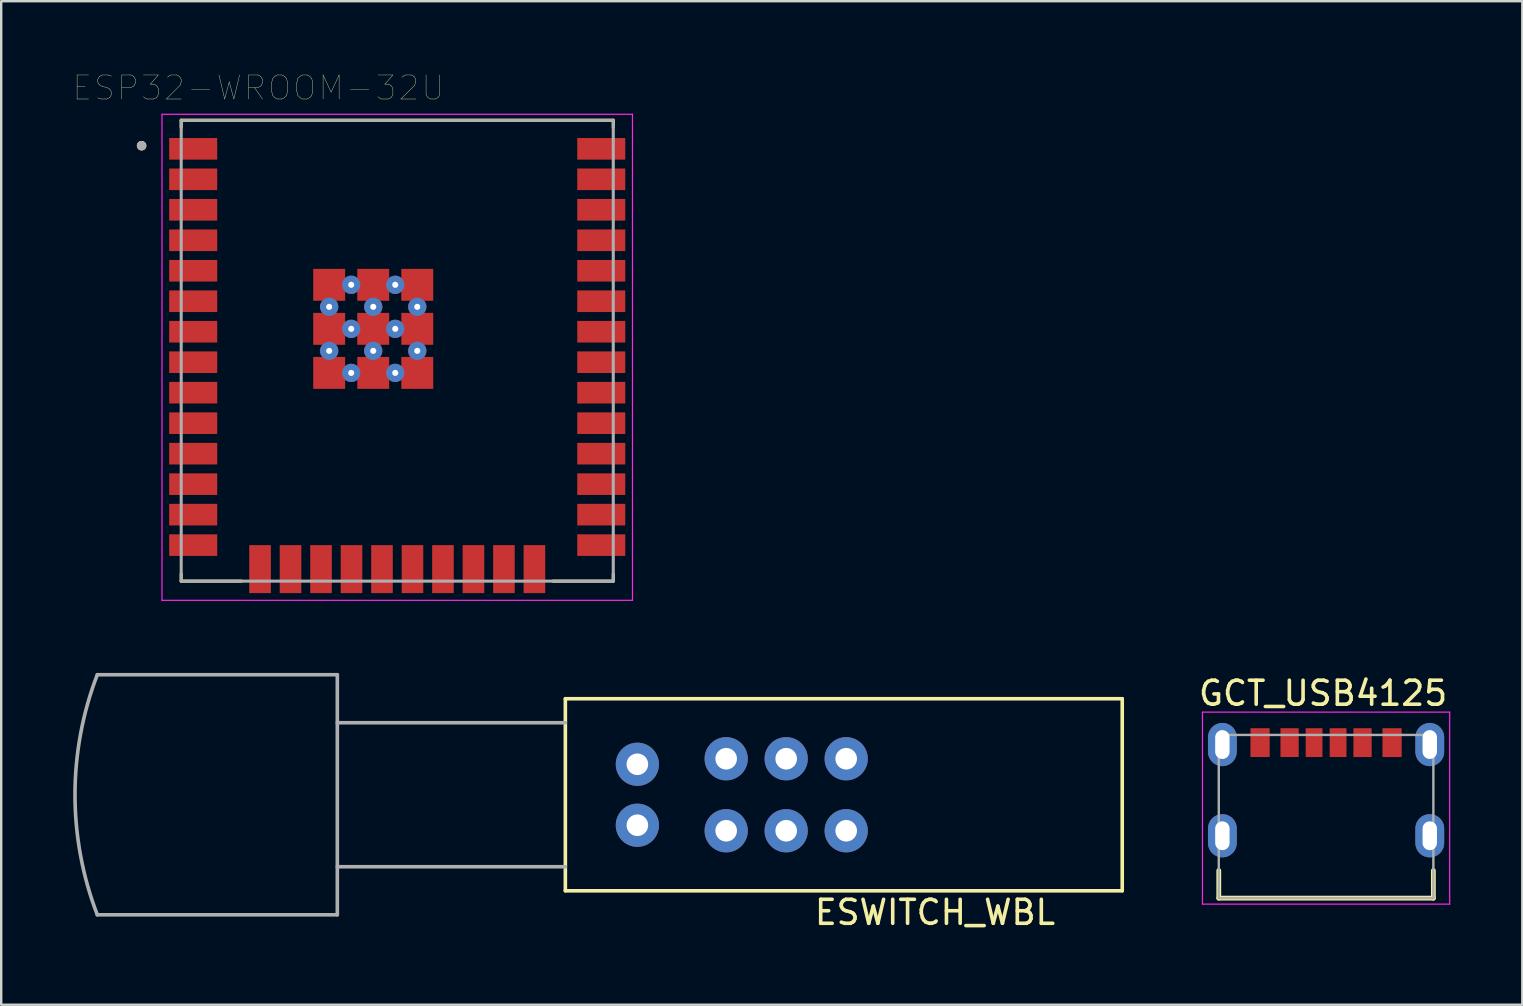
<source format=kicad_pcb>
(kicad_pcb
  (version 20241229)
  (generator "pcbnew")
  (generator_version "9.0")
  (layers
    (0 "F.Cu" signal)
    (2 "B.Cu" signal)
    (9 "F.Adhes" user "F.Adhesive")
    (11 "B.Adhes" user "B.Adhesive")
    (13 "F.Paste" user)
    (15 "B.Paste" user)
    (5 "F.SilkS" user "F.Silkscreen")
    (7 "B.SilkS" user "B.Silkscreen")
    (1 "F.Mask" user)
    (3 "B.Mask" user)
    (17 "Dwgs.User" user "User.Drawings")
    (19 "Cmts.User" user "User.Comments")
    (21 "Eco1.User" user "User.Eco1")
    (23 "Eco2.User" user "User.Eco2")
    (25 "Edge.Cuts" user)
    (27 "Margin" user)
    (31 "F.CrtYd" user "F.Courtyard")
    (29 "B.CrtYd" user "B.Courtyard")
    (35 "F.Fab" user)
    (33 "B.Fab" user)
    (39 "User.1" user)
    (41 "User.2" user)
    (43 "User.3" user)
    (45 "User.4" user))
  (footprint "GCT_USB4125"
    (layer "F.Cu")
    (at 52.195 30.968)
    (property "Reference" "GCT_USB4125" (at -0.125 -5.135 0) (layer "F.SilkS") (effects (font (size 1 1) (thickness 0.15))))
    (attr through_hole)
    (fp_line (start -4.47 2.25) (end -4.47 3.4) (stroke (width 0.2) (type solid)) (layer "F.SilkS"))
    (fp_line (start -4.47 3.4) (end 4.47 3.4) (stroke (width 0.2) (type solid)) (layer "F.SilkS"))
    (fp_line (start 4.47 3.4) (end 4.47 2.25) (stroke (width 0.2) (type solid)) (layer "F.SilkS"))
    (fp_line (start -5.15 -4.35) (end 5.15 -4.35) (stroke (width 0.05) (type solid)) (layer "F.CrtYd"))
    (fp_line (start -5.15 3.65) (end -5.15 -4.35) (stroke (width 0.05) (type solid)) (layer "F.CrtYd"))
    (fp_line (start 5.15 -4.35) (end 5.15 3.65) (stroke (width 0.05) (type solid)) (layer "F.CrtYd"))
    (fp_line (start 5.15 3.65) (end -5.15 3.65) (stroke (width 0.05) (type solid)) (layer "F.CrtYd"))
    (fp_line (start -4.47 -3.4) (end 4.47 -3.4) (stroke (width 0.1) (type solid)) (layer "F.Fab"))
    (fp_line (start -4.47 3.4) (end -4.47 -3.4) (stroke (width 0.1) (type solid)) (layer "F.Fab"))
    (fp_line (start 4.47 -3.4) (end 4.47 3.4) (stroke (width 0.1) (type solid)) (layer "F.Fab"))
    (fp_line (start 4.47 3.4) (end -4.47 3.4) (stroke (width 0.1) (type solid)) (layer "F.Fab"))
    (pad "A5" smd rect (at -0.5 -3.08) (size 0.7 1.2) (layers "F.Cu" "F.Mask" "F.Paste"))
    (pad "A9" smd rect (at 1.52 -3.08) (size 0.76 1.2) (layers "F.Cu" "F.Mask" "F.Paste"))
    (pad "A12" smd rect (at 2.75 -3.08) (size 0.8 1.2) (layers "F.Cu" "F.Mask" "F.Paste"))
    (pad "B5" smd rect (at 0.5 -3.08) (size 0.7 1.2) (layers "F.Cu" "F.Mask" "F.Paste"))
    (pad "B9" smd rect (at -1.52 -3.08) (size 0.76 1.2) (layers "F.Cu" "F.Mask" "F.Paste"))
    (pad "B12" smd rect (at -2.75 -3.08) (size 0.8 1.2) (layers "F.Cu" "F.Mask" "F.Paste"))
    (pad "S1" thru_hole oval (at -4.32 -3) (size 1.2 1.8) (drill oval 0.6 1.2) (layers "*.Cu" "*.Mask"))
    (pad "S2" thru_hole oval (at 4.32 -3) (size 1.2 1.8) (drill oval 0.6 1.2) (layers "*.Cu" "*.Mask"))
    (pad "S3" thru_hole oval (at -4.32 0.8) (size 1.2 1.8) (drill oval 0.6 1.2) (layers "*.Cu" "*.Mask"))
    (pad "S4" thru_hole oval (at 4.32 0.8) (size 1.2 1.8) (drill oval 0.6 1.2) (layers "*.Cu" "*.Mask")))
  (footprint "ESP32-WROOM-32U"
    (layer "F.Cu")
    (at 13.499 11.56)
    (property "Reference" "ESP32-WROOM-32U" (at -5.782 -10.948 0) (layer "F.SilkS") (effects (font (size 1.001 1.001) (thickness 0.015))))
    (attr through_hole)
    (fp_line (start -9 -9.6) (end 9 -9.6) (stroke (width 0.127) (type solid)) (layer "F.SilkS"))
    (fp_line (start -9 -9.3) (end -9 -9.6) (stroke (width 0.127) (type solid)) (layer "F.SilkS"))
    (fp_line (start -9 9.3) (end -9 9.6) (stroke (width 0.127) (type solid)) (layer "F.SilkS"))
    (fp_line (start -9 9.6) (end -6.49 9.6) (stroke (width 0.127) (type solid)) (layer "F.SilkS"))
    (fp_line (start 6.49 9.6) (end 9 9.6) (stroke (width 0.127) (type solid)) (layer "F.SilkS"))
    (fp_line (start 9 -9.6) (end 9 -9.3) (stroke (width 0.127) (type solid)) (layer "F.SilkS"))
    (fp_line (start 9 9.6) (end 9 9.3) (stroke (width 0.127) (type solid)) (layer "F.SilkS"))
    (fp_circle (center -10.65 -8.54) (end -10.55 -8.54) (stroke (width 0.2) (type solid)) (fill no) (layer "F.SilkS"))
    (fp_line (start -9.8 -9.85) (end 9.8 -9.85) (stroke (width 0.05) (type solid)) (layer "F.CrtYd"))
    (fp_line (start -9.8 10.4) (end -9.8 -9.85) (stroke (width 0.05) (type solid)) (layer "F.CrtYd"))
    (fp_line (start 9.8 -9.85) (end 9.8 10.4) (stroke (width 0.05) (type solid)) (layer "F.CrtYd"))
    (fp_line (start 9.8 10.4) (end -9.8 10.4) (stroke (width 0.05) (type solid)) (layer "F.CrtYd"))
    (fp_line (start -9 -9.6) (end 9 -9.6) (stroke (width 0.127) (type solid)) (layer "F.Fab"))
    (fp_line (start -9 9.6) (end -9 -9.6) (stroke (width 0.127) (type solid)) (layer "F.Fab"))
    (fp_line (start 9 -9.6) (end 9 9.6) (stroke (width 0.127) (type solid)) (layer "F.Fab"))
    (fp_line (start 9 9.6) (end -9 9.6) (stroke (width 0.127) (type solid)) (layer "F.Fab"))
    (fp_circle (center -10.65 -8.54) (end -10.55 -8.54) (stroke (width 0.2) (type solid)) (fill no) (layer "F.Fab"))
    (pad "1" smd rect (at -8.5 -8.41) (size 2 0.9) (layers "F.Cu" "F.Mask" "F.Paste"))
    (pad "2" smd rect (at -8.5 -7.14) (size 2 0.9) (layers "F.Cu" "F.Mask" "F.Paste"))
    (pad "3" smd rect (at -8.5 -5.87) (size 2 0.9) (layers "F.Cu" "F.Mask" "F.Paste"))
    (pad "4" smd rect (at -8.5 -4.6) (size 2 0.9) (layers "F.Cu" "F.Mask" "F.Paste"))
    (pad "5" smd rect (at -8.5 -3.33) (size 2 0.9) (layers "F.Cu" "F.Mask" "F.Paste"))
    (pad "6" smd rect (at -8.5 -2.06) (size 2 0.9) (layers "F.Cu" "F.Mask" "F.Paste"))
    (pad "7" smd rect (at -8.5 -0.79) (size 2 0.9) (layers "F.Cu" "F.Mask" "F.Paste"))
    (pad "8" smd rect (at -8.5 0.48) (size 2 0.9) (layers "F.Cu" "F.Mask" "F.Paste"))
    (pad "9" smd rect (at -8.5 1.75) (size 2 0.9) (layers "F.Cu" "F.Mask" "F.Paste"))
    (pad "10" smd rect (at -8.5 3.02) (size 2 0.9) (layers "F.Cu" "F.Mask" "F.Paste"))
    (pad "11" smd rect (at -8.5 4.29) (size 2 0.9) (layers "F.Cu" "F.Mask" "F.Paste"))
    (pad "12" smd rect (at -8.5 5.56) (size 2 0.9) (layers "F.Cu" "F.Mask" "F.Paste"))
    (pad "13" smd rect (at -8.5 6.83) (size 2 0.9) (layers "F.Cu" "F.Mask" "F.Paste"))
    (pad "14" smd rect (at -8.5 8.1) (size 2 0.9) (layers "F.Cu" "F.Mask" "F.Paste"))
    (pad "15" smd rect (at -5.715 9.1) (size 0.9 2) (layers "F.Cu" "F.Mask" "F.Paste"))
    (pad "16" smd rect (at -4.445 9.1) (size 0.9 2) (layers "F.Cu" "F.Mask" "F.Paste"))
    (pad "17" smd rect (at -3.175 9.1) (size 0.9 2) (layers "F.Cu" "F.Mask" "F.Paste"))
    (pad "18" smd rect (at -1.905 9.1) (size 0.9 2) (layers "F.Cu" "F.Mask" "F.Paste"))
    (pad "19" smd rect (at -0.635 9.1) (size 0.9 2) (layers "F.Cu" "F.Mask" "F.Paste"))
    (pad "20" smd rect (at 0.635 9.1) (size 0.9 2) (layers "F.Cu" "F.Mask" "F.Paste"))
    (pad "21" smd rect (at 1.905 9.1) (size 0.9 2) (layers "F.Cu" "F.Mask" "F.Paste"))
    (pad "22" smd rect (at 3.175 9.1) (size 0.9 2) (layers "F.Cu" "F.Mask" "F.Paste"))
    (pad "23" smd rect (at 4.445 9.1) (size 0.9 2) (layers "F.Cu" "F.Mask" "F.Paste"))
    (pad "24" smd rect (at 5.715 9.1) (size 0.9 2) (layers "F.Cu" "F.Mask" "F.Paste"))
    (pad "25" smd rect (at 8.5 8.1) (size 2 0.9) (layers "F.Cu" "F.Mask" "F.Paste"))
    (pad "26" smd rect (at 8.5 6.83) (size 2 0.9) (layers "F.Cu" "F.Mask" "F.Paste"))
    (pad "27" smd rect (at 8.5 5.56) (size 2 0.9) (layers "F.Cu" "F.Mask" "F.Paste"))
    (pad "28" smd rect (at 8.5 4.29) (size 2 0.9) (layers "F.Cu" "F.Mask" "F.Paste"))
    (pad "29" smd rect (at 8.5 3.02) (size 2 0.9) (layers "F.Cu" "F.Mask" "F.Paste"))
    (pad "30" smd rect (at 8.5 1.75) (size 2 0.9) (layers "F.Cu" "F.Mask" "F.Paste"))
    (pad "31" smd rect (at 8.5 0.48) (size 2 0.9) (layers "F.Cu" "F.Mask" "F.Paste"))
    (pad "32" smd rect (at 8.5 -0.79) (size 2 0.9) (layers "F.Cu" "F.Mask" "F.Paste"))
    (pad "33" smd rect (at 8.5 -2.06) (size 2 0.9) (layers "F.Cu" "F.Mask" "F.Paste"))
    (pad "34" smd rect (at 8.5 -3.33) (size 2 0.9) (layers "F.Cu" "F.Mask" "F.Paste"))
    (pad "35" smd rect (at 8.5 -4.6) (size 2 0.9) (layers "F.Cu" "F.Mask" "F.Paste"))
    (pad "36" smd rect (at 8.5 -5.87) (size 2 0.9) (layers "F.Cu" "F.Mask" "F.Paste"))
    (pad "37" smd rect (at 8.5 -7.14) (size 2 0.9) (layers "F.Cu" "F.Mask" "F.Paste"))
    (pad "38" smd rect (at 8.5 -8.41) (size 2 0.9) (layers "F.Cu" "F.Mask" "F.Paste"))
    (pad "G.1" smd rect (at 0.835 -2.745) (size 1.33 1.33) (layers "F.Cu" "F.Mask" "F.Paste"))
    (pad "G.2" smd rect (at -1 -2.745) (size 1.33 1.33) (layers "F.Cu" "F.Mask" "F.Paste"))
    (pad "G.4" smd rect (at -2.835 -2.745) (size 1.33 1.33) (layers "F.Cu" "F.Mask" "F.Paste"))
    (pad "G.5" smd rect (at 0.835 -0.91) (size 1.33 1.33) (layers "F.Cu" "F.Mask" "F.Paste"))
    (pad "G.6" smd rect (at -1 -0.91) (size 1.33 1.33) (layers "F.Cu" "F.Mask" "F.Paste"))
    (pad "G.7" smd rect (at -2.835 -0.91) (size 1.33 1.33) (layers "F.Cu" "F.Mask" "F.Paste"))
    (pad "G.8" smd rect (at 0.835 0.925) (size 1.33 1.33) (layers "F.Cu" "F.Mask" "F.Paste"))
    (pad "G.9" smd rect (at -1 0.925) (size 1.33 1.33) (layers "F.Cu" "F.Mask" "F.Paste"))
    (pad "G.10" smd rect (at -2.835 0.925) (size 1.33 1.33) (layers "F.Cu" "F.Mask" "F.Paste"))
    (pad "G.11" thru_hole circle (at -0.083 -2.745) (size 0.762 0.762) (drill 0.254) (layers "*.Cu" "*.Mask"))
    (pad "G.12" thru_hole circle (at -1.917 -2.745) (size 0.762 0.762) (drill 0.254) (layers "*.Cu" "*.Mask"))
    (pad "G.13" thru_hole circle (at 0.835 -1.827) (size 0.762 0.762) (drill 0.254) (layers "*.Cu" "*.Mask"))
    (pad "G.14" thru_hole circle (at -1 -1.827) (size 0.762 0.762) (drill 0.254) (layers "*.Cu" "*.Mask"))
    (pad "G.15" thru_hole circle (at -2.835 -1.827) (size 0.762 0.762) (drill 0.254) (layers "*.Cu" "*.Mask"))
    (pad "G.16" thru_hole circle (at -0.083 -0.91) (size 0.762 0.762) (drill 0.254) (layers "*.Cu" "*.Mask"))
    (pad "G.17" thru_hole circle (at -1.917 -0.91) (size 0.762 0.762) (drill 0.254) (layers "*.Cu" "*.Mask"))
    (pad "G.18" thru_hole circle (at 0.835 0.007) (size 0.762 0.762) (drill 0.254) (layers "*.Cu" "*.Mask"))
    (pad "G.19" thru_hole circle (at -1 0.007) (size 0.762 0.762) (drill 0.254) (layers "*.Cu" "*.Mask"))
    (pad "G.20" thru_hole circle (at -2.835 0.007) (size 0.762 0.762) (drill 0.254) (layers "*.Cu" "*.Mask"))
    (pad "G.21" thru_hole circle (at -0.083 0.925) (size 0.762 0.762) (drill 0.254) (layers "*.Cu" "*.Mask"))
    (pad "G.22" thru_hole circle (at -1.917 0.925) (size 0.762 0.762) (drill 0.254) (layers "*.Cu" "*.Mask")))
  (footprint "ESWITCH_WBL"
    (layer "F.Cu")
    (at 23.503 30.06)
    (property "Reference" "ESWITCH_WBL" (at 12.4 4.9 0) (layer "F.SilkS") (effects (font (size 1 1) (thickness 0.15))))
    (attr through_hole)
    (fp_line (start -3 -4) (end 20.2 -4) (stroke (width 0.15) (type solid)) (layer "F.SilkS"))
    (fp_line (start -3 4) (end -3 -4) (stroke (width 0.15) (type solid)) (layer "F.SilkS"))
    (fp_line (start -3 4) (end 20.2 4) (stroke (width 0.15) (type solid)) (layer "F.SilkS"))
    (fp_line (start 20.2 -4) (end 20.2 4) (stroke (width 0.15) (type solid)) (layer "F.SilkS"))
    (fp_line (start -22.5 5) (end -12.5 5) (stroke (width 0.15) (type solid)) (layer "F.Fab"))
    (fp_line (start -12.5 -5) (end -22.5 -5) (stroke (width 0.15) (type solid)) (layer "F.Fab"))
    (fp_line (start -12.5 -5) (end -12.5 5) (stroke (width 0.15) (type solid)) (layer "F.Fab"))
    (fp_line (start -12.5 -3) (end -3 -3) (stroke (width 0.15) (type solid)) (layer "F.Fab"))
    (fp_line (start -12.5 3) (end -3 3) (stroke (width 0.15) (type solid)) (layer "F.Fab"))
    (fp_arc (start -22.499999 5) (mid -23.428387 0) (end -22.499999 -5) (stroke (width 0.15) (type solid)) (layer "F.Fab"))
    (pad "1" thru_hole circle (at 3.7 1.5) (size 1.8 1.8) (drill 0.9) (layers "*.Cu" "*.Mask"))
    (pad "2" thru_hole circle (at 6.2 1.5) (size 1.8 1.8) (drill 0.9) (layers "*.Cu" "*.Mask"))
    (pad "3" thru_hole circle (at 8.7 1.5) (size 1.8 1.8) (drill 0.9) (layers "*.Cu" "*.Mask"))
    (pad "4" thru_hole circle (at 3.7 -1.5) (size 1.8 1.8) (drill 0.9) (layers "*.Cu" "*.Mask"))
    (pad "5" thru_hole circle (at 6.2 -1.5) (size 1.8 1.8) (drill 0.9) (layers "*.Cu" "*.Mask"))
    (pad "6" thru_hole circle (at 8.7 -1.5) (size 1.8 1.8) (drill 0.9) (layers "*.Cu" "*.Mask"))
    (pad "7" thru_hole circle (at 0 1.27) (size 1.8 1.8) (drill 0.9) (layers "*.Cu" "*.Mask"))
    (pad "8" thru_hole circle (at 0 -1.27) (size 1.8 1.8) (drill 0.9) (layers "*.Cu" "*.Mask")))
  (gr_rect
    (start -3 -3)
    (end 60.37 38.808)
    (stroke (width 0.1) (type default))
    (fill no)
    (layer "Edge.Cuts")))
</source>
